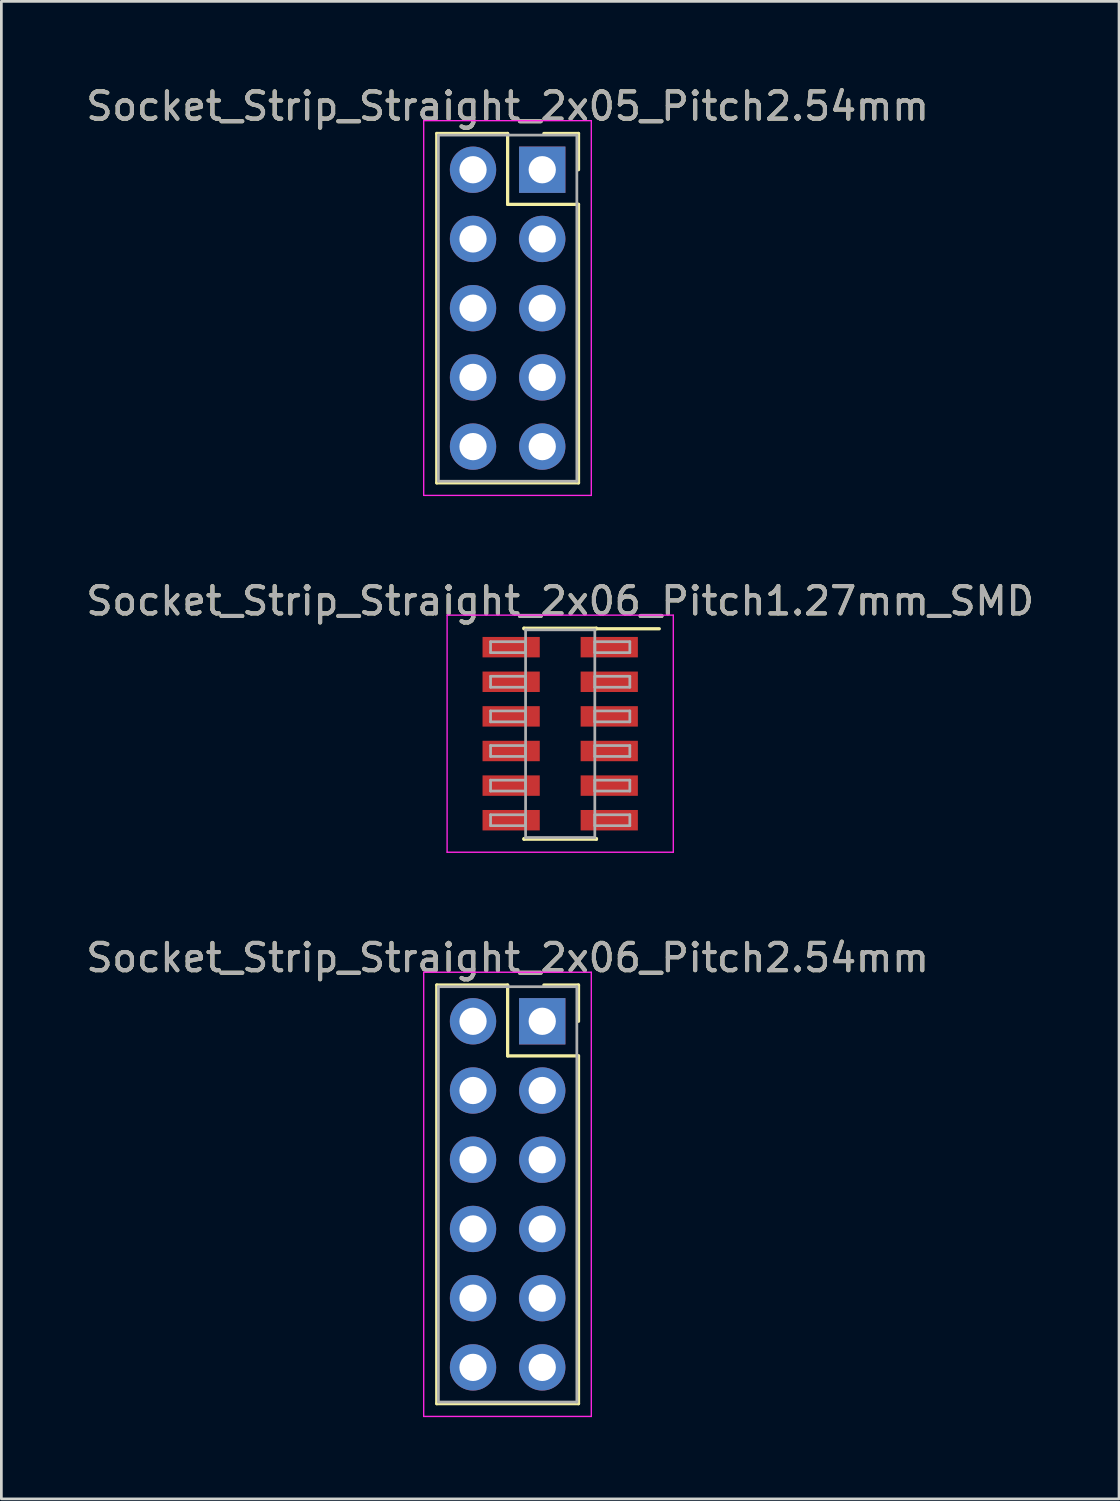
<source format=kicad_pcb>
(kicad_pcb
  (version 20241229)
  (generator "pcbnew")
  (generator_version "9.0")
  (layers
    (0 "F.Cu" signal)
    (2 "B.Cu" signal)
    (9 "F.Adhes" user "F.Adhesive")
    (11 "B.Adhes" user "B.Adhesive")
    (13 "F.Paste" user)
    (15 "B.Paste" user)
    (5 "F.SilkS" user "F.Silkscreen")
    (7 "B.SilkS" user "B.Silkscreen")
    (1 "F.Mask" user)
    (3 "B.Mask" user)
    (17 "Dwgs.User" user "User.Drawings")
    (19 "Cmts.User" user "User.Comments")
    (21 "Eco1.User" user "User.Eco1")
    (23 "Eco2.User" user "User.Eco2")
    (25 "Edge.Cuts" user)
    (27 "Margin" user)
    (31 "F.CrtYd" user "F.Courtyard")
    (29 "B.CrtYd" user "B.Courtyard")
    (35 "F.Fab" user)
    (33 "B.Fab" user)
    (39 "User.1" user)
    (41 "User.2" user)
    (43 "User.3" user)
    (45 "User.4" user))
  (footprint "Socket_Strip_Straight_2x06_Pitch2.54mm"
    (layer "F.Cu")
    (at 16.847 34.425)
    (property "Reference" "Socket_Strip_Straight_2x06_Pitch2.54mm" (at -1.27 -2.33 0) (layer "F.SilkS") (effects (font (size 1 1) (thickness 0.15))))
    (attr through_hole)
    (fp_line (start -3.87 -1.33) (end -1.27 -1.33) (stroke (width 0.12) (type solid)) (layer "F.SilkS"))
    (fp_line (start -3.87 14.03) (end -3.87 -1.33) (stroke (width 0.12) (type solid)) (layer "F.SilkS"))
    (fp_line (start -1.27 -1.33) (end -1.27 1.27) (stroke (width 0.12) (type solid)) (layer "F.SilkS"))
    (fp_line (start -1.27 1.27) (end 1.33 1.27) (stroke (width 0.12) (type solid)) (layer "F.SilkS"))
    (fp_line (start 1.33 -1.33) (end 0.06 -1.33) (stroke (width 0.12) (type solid)) (layer "F.SilkS"))
    (fp_line (start 1.33 0) (end 1.33 -1.33) (stroke (width 0.12) (type solid)) (layer "F.SilkS"))
    (fp_line (start 1.33 1.27) (end 1.33 14.03) (stroke (width 0.12) (type solid)) (layer "F.SilkS"))
    (fp_line (start 1.33 14.03) (end -3.87 14.03) (stroke (width 0.12) (type solid)) (layer "F.SilkS"))
    (fp_line (start -4.35 -1.8) (end -4.35 14.5) (stroke (width 0.05) (type solid)) (layer "F.CrtYd"))
    (fp_line (start -4.35 14.5) (end 1.8 14.5) (stroke (width 0.05) (type solid)) (layer "F.CrtYd"))
    (fp_line (start 1.8 -1.8) (end -4.35 -1.8) (stroke (width 0.05) (type solid)) (layer "F.CrtYd"))
    (fp_line (start 1.8 14.5) (end 1.8 -1.8) (stroke (width 0.05) (type solid)) (layer "F.CrtYd"))
    (fp_line (start -3.81 -1.27) (end -3.81 13.97) (stroke (width 0.1) (type solid)) (layer "F.Fab"))
    (fp_line (start -3.81 13.97) (end 1.27 13.97) (stroke (width 0.1) (type solid)) (layer "F.Fab"))
    (fp_line (start 1.27 -1.27) (end -3.81 -1.27) (stroke (width 0.1) (type solid)) (layer "F.Fab"))
    (fp_line (start 1.27 13.97) (end 1.27 -1.27) (stroke (width 0.1) (type solid)) (layer "F.Fab"))
    (fp_text user "${REFERENCE}" (at -1.27 -2.33 0) (layer "F.Fab") (effects (font (size 1 1) (thickness 0.15))))
    (pad "1" thru_hole rect (at 0 0) (size 1.7 1.7) (drill 1) (layers "*.Cu" "*.Mask"))
    (pad "2" thru_hole oval (at -2.54 0) (size 1.7 1.7) (drill 1) (layers "*.Cu" "*.Mask"))
    (pad "3" thru_hole oval (at 0 2.54) (size 1.7 1.7) (drill 1) (layers "*.Cu" "*.Mask"))
    (pad "4" thru_hole oval (at -2.54 2.54) (size 1.7 1.7) (drill 1) (layers "*.Cu" "*.Mask"))
    (pad "5" thru_hole oval (at 0 5.08) (size 1.7 1.7) (drill 1) (layers "*.Cu" "*.Mask"))
    (pad "6" thru_hole oval (at -2.54 5.08) (size 1.7 1.7) (drill 1) (layers "*.Cu" "*.Mask"))
    (pad "7" thru_hole oval (at 0 7.62) (size 1.7 1.7) (drill 1) (layers "*.Cu" "*.Mask"))
    (pad "8" thru_hole oval (at -2.54 7.62) (size 1.7 1.7) (drill 1) (layers "*.Cu" "*.Mask"))
    (pad "9" thru_hole oval (at 0 10.16) (size 1.7 1.7) (drill 1) (layers "*.Cu" "*.Mask"))
    (pad "10" thru_hole oval (at -2.54 10.16) (size 1.7 1.7) (drill 1) (layers "*.Cu" "*.Mask"))
    (pad "11" thru_hole oval (at 0 12.7) (size 1.7 1.7) (drill 1) (layers "*.Cu" "*.Mask"))
    (pad "12" thru_hole oval (at -2.54 12.7) (size 1.7 1.7) (drill 1) (layers "*.Cu" "*.Mask")))
  (footprint "Socket_Strip_Straight_2x05_Pitch2.54mm"
    (layer "F.Cu")
    (at 16.847 3.178)
    (property "Reference" "Socket_Strip_Straight_2x05_Pitch2.54mm" (at -1.27 -2.33 0) (layer "F.SilkS") (effects (font (size 1 1) (thickness 0.15))))
    (attr through_hole)
    (fp_line (start -3.87 -1.33) (end -1.27 -1.33) (stroke (width 0.12) (type solid)) (layer "F.SilkS"))
    (fp_line (start -3.87 11.49) (end -3.87 -1.33) (stroke (width 0.12) (type solid)) (layer "F.SilkS"))
    (fp_line (start -1.27 -1.33) (end -1.27 1.27) (stroke (width 0.12) (type solid)) (layer "F.SilkS"))
    (fp_line (start -1.27 1.27) (end 1.33 1.27) (stroke (width 0.12) (type solid)) (layer "F.SilkS"))
    (fp_line (start 1.33 -1.33) (end 0.06 -1.33) (stroke (width 0.12) (type solid)) (layer "F.SilkS"))
    (fp_line (start 1.33 0) (end 1.33 -1.33) (stroke (width 0.12) (type solid)) (layer "F.SilkS"))
    (fp_line (start 1.33 1.27) (end 1.33 11.49) (stroke (width 0.12) (type solid)) (layer "F.SilkS"))
    (fp_line (start 1.33 11.49) (end -3.87 11.49) (stroke (width 0.12) (type solid)) (layer "F.SilkS"))
    (fp_line (start -4.35 -1.8) (end -4.35 11.95) (stroke (width 0.05) (type solid)) (layer "F.CrtYd"))
    (fp_line (start -4.35 11.95) (end 1.8 11.95) (stroke (width 0.05) (type solid)) (layer "F.CrtYd"))
    (fp_line (start 1.8 -1.8) (end -4.35 -1.8) (stroke (width 0.05) (type solid)) (layer "F.CrtYd"))
    (fp_line (start 1.8 11.95) (end 1.8 -1.8) (stroke (width 0.05) (type solid)) (layer "F.CrtYd"))
    (fp_line (start -3.81 -1.27) (end -3.81 11.43) (stroke (width 0.1) (type solid)) (layer "F.Fab"))
    (fp_line (start -3.81 11.43) (end 1.27 11.43) (stroke (width 0.1) (type solid)) (layer "F.Fab"))
    (fp_line (start 1.27 -1.27) (end -3.81 -1.27) (stroke (width 0.1) (type solid)) (layer "F.Fab"))
    (fp_line (start 1.27 11.43) (end 1.27 -1.27) (stroke (width 0.1) (type solid)) (layer "F.Fab"))
    (fp_text user "${REFERENCE}" (at -1.27 -2.33 0) (layer "F.Fab") (effects (font (size 1 1) (thickness 0.15))))
    (pad "1" thru_hole rect (at 0 0) (size 1.7 1.7) (drill 1) (layers "*.Cu" "*.Mask"))
    (pad "2" thru_hole oval (at -2.54 0) (size 1.7 1.7) (drill 1) (layers "*.Cu" "*.Mask"))
    (pad "3" thru_hole oval (at 0 2.54) (size 1.7 1.7) (drill 1) (layers "*.Cu" "*.Mask"))
    (pad "4" thru_hole oval (at -2.54 2.54) (size 1.7 1.7) (drill 1) (layers "*.Cu" "*.Mask"))
    (pad "5" thru_hole oval (at 0 5.08) (size 1.7 1.7) (drill 1) (layers "*.Cu" "*.Mask"))
    (pad "6" thru_hole oval (at -2.54 5.08) (size 1.7 1.7) (drill 1) (layers "*.Cu" "*.Mask"))
    (pad "7" thru_hole oval (at 0 7.62) (size 1.7 1.7) (drill 1) (layers "*.Cu" "*.Mask"))
    (pad "8" thru_hole oval (at -2.54 7.62) (size 1.7 1.7) (drill 1) (layers "*.Cu" "*.Mask"))
    (pad "9" thru_hole oval (at 0 10.16) (size 1.7 1.7) (drill 1) (layers "*.Cu" "*.Mask"))
    (pad "10" thru_hole oval (at -2.54 10.16) (size 1.7 1.7) (drill 1) (layers "*.Cu" "*.Mask")))
  (footprint "Socket_Strip_Straight_2x06_Pitch1.27mm_SMD"
    (layer "F.Cu")
    (at 17.506 23.872)
    (property "Reference" "Socket_Strip_Straight_2x06_Pitch1.27mm_SMD" (at 0 -4.87 0) (layer "F.SilkS") (effects (font (size 1 1) (thickness 0.15))))
    (attr smd)
    (fp_line (start -1.33 -3.87) (end 1.33 -3.87) (stroke (width 0.12) (type solid)) (layer "F.SilkS"))
    (fp_line (start -1.33 -3.85) (end -1.33 -3.87) (stroke (width 0.12) (type solid)) (layer "F.SilkS"))
    (fp_line (start -1.33 3.85) (end -1.33 3.87) (stroke (width 0.12) (type solid)) (layer "F.SilkS"))
    (fp_line (start -1.33 3.87) (end 1.33 3.87) (stroke (width 0.12) (type solid)) (layer "F.SilkS"))
    (fp_line (start 1.33 -3.87) (end 1.33 -3.85) (stroke (width 0.12) (type solid)) (layer "F.SilkS"))
    (fp_line (start 1.33 3.87) (end 1.33 3.85) (stroke (width 0.12) (type solid)) (layer "F.SilkS"))
    (fp_line (start 3.635 -3.85) (end 1.33 -3.85) (stroke (width 0.12) (type solid)) (layer "F.SilkS"))
    (fp_line (start -4.15 -4.35) (end -4.15 4.35) (stroke (width 0.05) (type solid)) (layer "F.CrtYd"))
    (fp_line (start -4.15 4.35) (end 4.15 4.35) (stroke (width 0.05) (type solid)) (layer "F.CrtYd"))
    (fp_line (start 4.15 -4.35) (end -4.15 -4.35) (stroke (width 0.05) (type solid)) (layer "F.CrtYd"))
    (fp_line (start 4.15 4.35) (end 4.15 -4.35) (stroke (width 0.05) (type solid)) (layer "F.CrtYd"))
    (fp_line (start -2.555 -3.375) (end -1.27 -3.375) (stroke (width 0.1) (type solid)) (layer "F.Fab"))
    (fp_line (start -2.555 -2.975) (end -2.555 -3.375) (stroke (width 0.1) (type solid)) (layer "F.Fab"))
    (fp_line (start -2.555 -2.105) (end -1.27 -2.105) (stroke (width 0.1) (type solid)) (layer "F.Fab"))
    (fp_line (start -2.555 -1.705) (end -2.555 -2.105) (stroke (width 0.1) (type solid)) (layer "F.Fab"))
    (fp_line (start -2.555 -0.835) (end -1.27 -0.835) (stroke (width 0.1) (type solid)) (layer "F.Fab"))
    (fp_line (start -2.555 -0.435) (end -2.555 -0.835) (stroke (width 0.1) (type solid)) (layer "F.Fab"))
    (fp_line (start -2.555 0.435) (end -1.27 0.435) (stroke (width 0.1) (type solid)) (layer "F.Fab"))
    (fp_line (start -2.555 0.835) (end -2.555 0.435) (stroke (width 0.1) (type solid)) (layer "F.Fab"))
    (fp_line (start -2.555 1.705) (end -1.27 1.705) (stroke (width 0.1) (type solid)) (layer "F.Fab"))
    (fp_line (start -2.555 2.105) (end -2.555 1.705) (stroke (width 0.1) (type solid)) (layer "F.Fab"))
    (fp_line (start -2.555 2.975) (end -1.27 2.975) (stroke (width 0.1) (type solid)) (layer "F.Fab"))
    (fp_line (start -2.555 3.375) (end -2.555 2.975) (stroke (width 0.1) (type solid)) (layer "F.Fab"))
    (fp_line (start -1.27 -3.81) (end -1.27 3.81) (stroke (width 0.1) (type solid)) (layer "F.Fab"))
    (fp_line (start -1.27 -3.375) (end -1.27 -2.975) (stroke (width 0.1) (type solid)) (layer "F.Fab"))
    (fp_line (start -1.27 -2.975) (end -2.555 -2.975) (stroke (width 0.1) (type solid)) (layer "F.Fab"))
    (fp_line (start -1.27 -2.105) (end -1.27 -1.705) (stroke (width 0.1) (type solid)) (layer "F.Fab"))
    (fp_line (start -1.27 -1.705) (end -2.555 -1.705) (stroke (width 0.1) (type solid)) (layer "F.Fab"))
    (fp_line (start -1.27 -0.835) (end -1.27 -0.435) (stroke (width 0.1) (type solid)) (layer "F.Fab"))
    (fp_line (start -1.27 -0.435) (end -2.555 -0.435) (stroke (width 0.1) (type solid)) (layer "F.Fab"))
    (fp_line (start -1.27 0.435) (end -1.27 0.835) (stroke (width 0.1) (type solid)) (layer "F.Fab"))
    (fp_line (start -1.27 0.835) (end -2.555 0.835) (stroke (width 0.1) (type solid)) (layer "F.Fab"))
    (fp_line (start -1.27 1.705) (end -1.27 2.105) (stroke (width 0.1) (type solid)) (layer "F.Fab"))
    (fp_line (start -1.27 2.105) (end -2.555 2.105) (stroke (width 0.1) (type solid)) (layer "F.Fab"))
    (fp_line (start -1.27 2.975) (end -1.27 3.375) (stroke (width 0.1) (type solid)) (layer "F.Fab"))
    (fp_line (start -1.27 3.375) (end -2.555 3.375) (stroke (width 0.1) (type solid)) (layer "F.Fab"))
    (fp_line (start -1.27 3.81) (end 1.27 3.81) (stroke (width 0.1) (type solid)) (layer "F.Fab"))
    (fp_line (start 1.27 -3.81) (end -1.27 -3.81) (stroke (width 0.1) (type solid)) (layer "F.Fab"))
    (fp_line (start 1.27 -3.375) (end 1.27 -2.975) (stroke (width 0.1) (type solid)) (layer "F.Fab"))
    (fp_line (start 1.27 -2.975) (end 2.555 -2.975) (stroke (width 0.1) (type solid)) (layer "F.Fab"))
    (fp_line (start 1.27 -2.105) (end 1.27 -1.705) (stroke (width 0.1) (type solid)) (layer "F.Fab"))
    (fp_line (start 1.27 -1.705) (end 2.555 -1.705) (stroke (width 0.1) (type solid)) (layer "F.Fab"))
    (fp_line (start 1.27 -0.835) (end 1.27 -0.435) (stroke (width 0.1) (type solid)) (layer "F.Fab"))
    (fp_line (start 1.27 -0.435) (end 2.555 -0.435) (stroke (width 0.1) (type solid)) (layer "F.Fab"))
    (fp_line (start 1.27 0.435) (end 1.27 0.835) (stroke (width 0.1) (type solid)) (layer "F.Fab"))
    (fp_line (start 1.27 0.835) (end 2.555 0.835) (stroke (width 0.1) (type solid)) (layer "F.Fab"))
    (fp_line (start 1.27 1.705) (end 1.27 2.105) (stroke (width 0.1) (type solid)) (layer "F.Fab"))
    (fp_line (start 1.27 2.105) (end 2.555 2.105) (stroke (width 0.1) (type solid)) (layer "F.Fab"))
    (fp_line (start 1.27 2.975) (end 1.27 3.375) (stroke (width 0.1) (type solid)) (layer "F.Fab"))
    (fp_line (start 1.27 3.375) (end 2.555 3.375) (stroke (width 0.1) (type solid)) (layer "F.Fab"))
    (fp_line (start 1.27 3.81) (end 1.27 -3.81) (stroke (width 0.1) (type solid)) (layer "F.Fab"))
    (fp_line (start 2.555 -3.375) (end 1.27 -3.375) (stroke (width 0.1) (type solid)) (layer "F.Fab"))
    (fp_line (start 2.555 -2.975) (end 2.555 -3.375) (stroke (width 0.1) (type solid)) (layer "F.Fab"))
    (fp_line (start 2.555 -2.105) (end 1.27 -2.105) (stroke (width 0.1) (type solid)) (layer "F.Fab"))
    (fp_line (start 2.555 -1.705) (end 2.555 -2.105) (stroke (width 0.1) (type solid)) (layer "F.Fab"))
    (fp_line (start 2.555 -0.835) (end 1.27 -0.835) (stroke (width 0.1) (type solid)) (layer "F.Fab"))
    (fp_line (start 2.555 -0.435) (end 2.555 -0.835) (stroke (width 0.1) (type solid)) (layer "F.Fab"))
    (fp_line (start 2.555 0.435) (end 1.27 0.435) (stroke (width 0.1) (type solid)) (layer "F.Fab"))
    (fp_line (start 2.555 0.835) (end 2.555 0.435) (stroke (width 0.1) (type solid)) (layer "F.Fab"))
    (fp_line (start 2.555 1.705) (end 1.27 1.705) (stroke (width 0.1) (type solid)) (layer "F.Fab"))
    (fp_line (start 2.555 2.105) (end 2.555 1.705) (stroke (width 0.1) (type solid)) (layer "F.Fab"))
    (fp_line (start 2.555 2.975) (end 1.27 2.975) (stroke (width 0.1) (type solid)) (layer "F.Fab"))
    (fp_line (start 2.555 3.375) (end 2.555 2.975) (stroke (width 0.1) (type solid)) (layer "F.Fab"))
    (fp_text user "${REFERENCE}" (at 0 -4.87 0) (layer "F.Fab") (effects (font (size 1 1) (thickness 0.15))))
    (pad "1" smd rect (at 1.8 -3.175) (size 2.1 0.75) (layers "F.Cu" "F.Mask" "F.Paste"))
    (pad "2" smd rect (at -1.8 -3.175) (size 2.1 0.75) (layers "F.Cu" "F.Mask" "F.Paste"))
    (pad "3" smd rect (at 1.8 -1.905) (size 2.1 0.75) (layers "F.Cu" "F.Mask" "F.Paste"))
    (pad "4" smd rect (at -1.8 -1.905) (size 2.1 0.75) (layers "F.Cu" "F.Mask" "F.Paste"))
    (pad "5" smd rect (at 1.8 -0.635) (size 2.1 0.75) (layers "F.Cu" "F.Mask" "F.Paste"))
    (pad "6" smd rect (at -1.8 -0.635) (size 2.1 0.75) (layers "F.Cu" "F.Mask" "F.Paste"))
    (pad "7" smd rect (at 1.8 0.635) (size 2.1 0.75) (layers "F.Cu" "F.Mask" "F.Paste"))
    (pad "8" smd rect (at -1.8 0.635) (size 2.1 0.75) (layers "F.Cu" "F.Mask" "F.Paste"))
    (pad "9" smd rect (at 1.8 1.905) (size 2.1 0.75) (layers "F.Cu" "F.Mask" "F.Paste"))
    (pad "10" smd rect (at -1.8 1.905) (size 2.1 0.75) (layers "F.Cu" "F.Mask" "F.Paste"))
    (pad "11" smd rect (at 1.8 3.175) (size 2.1 0.75) (layers "F.Cu" "F.Mask" "F.Paste"))
    (pad "12" smd rect (at -1.8 3.175) (size 2.1 0.75) (layers "F.Cu" "F.Mask" "F.Paste")))
  (gr_rect
    (start -3 -3)
    (end 38.012 51.95)
    (stroke (width 0.1) (type default))
    (fill no)
    (layer "Edge.Cuts")))
</source>
